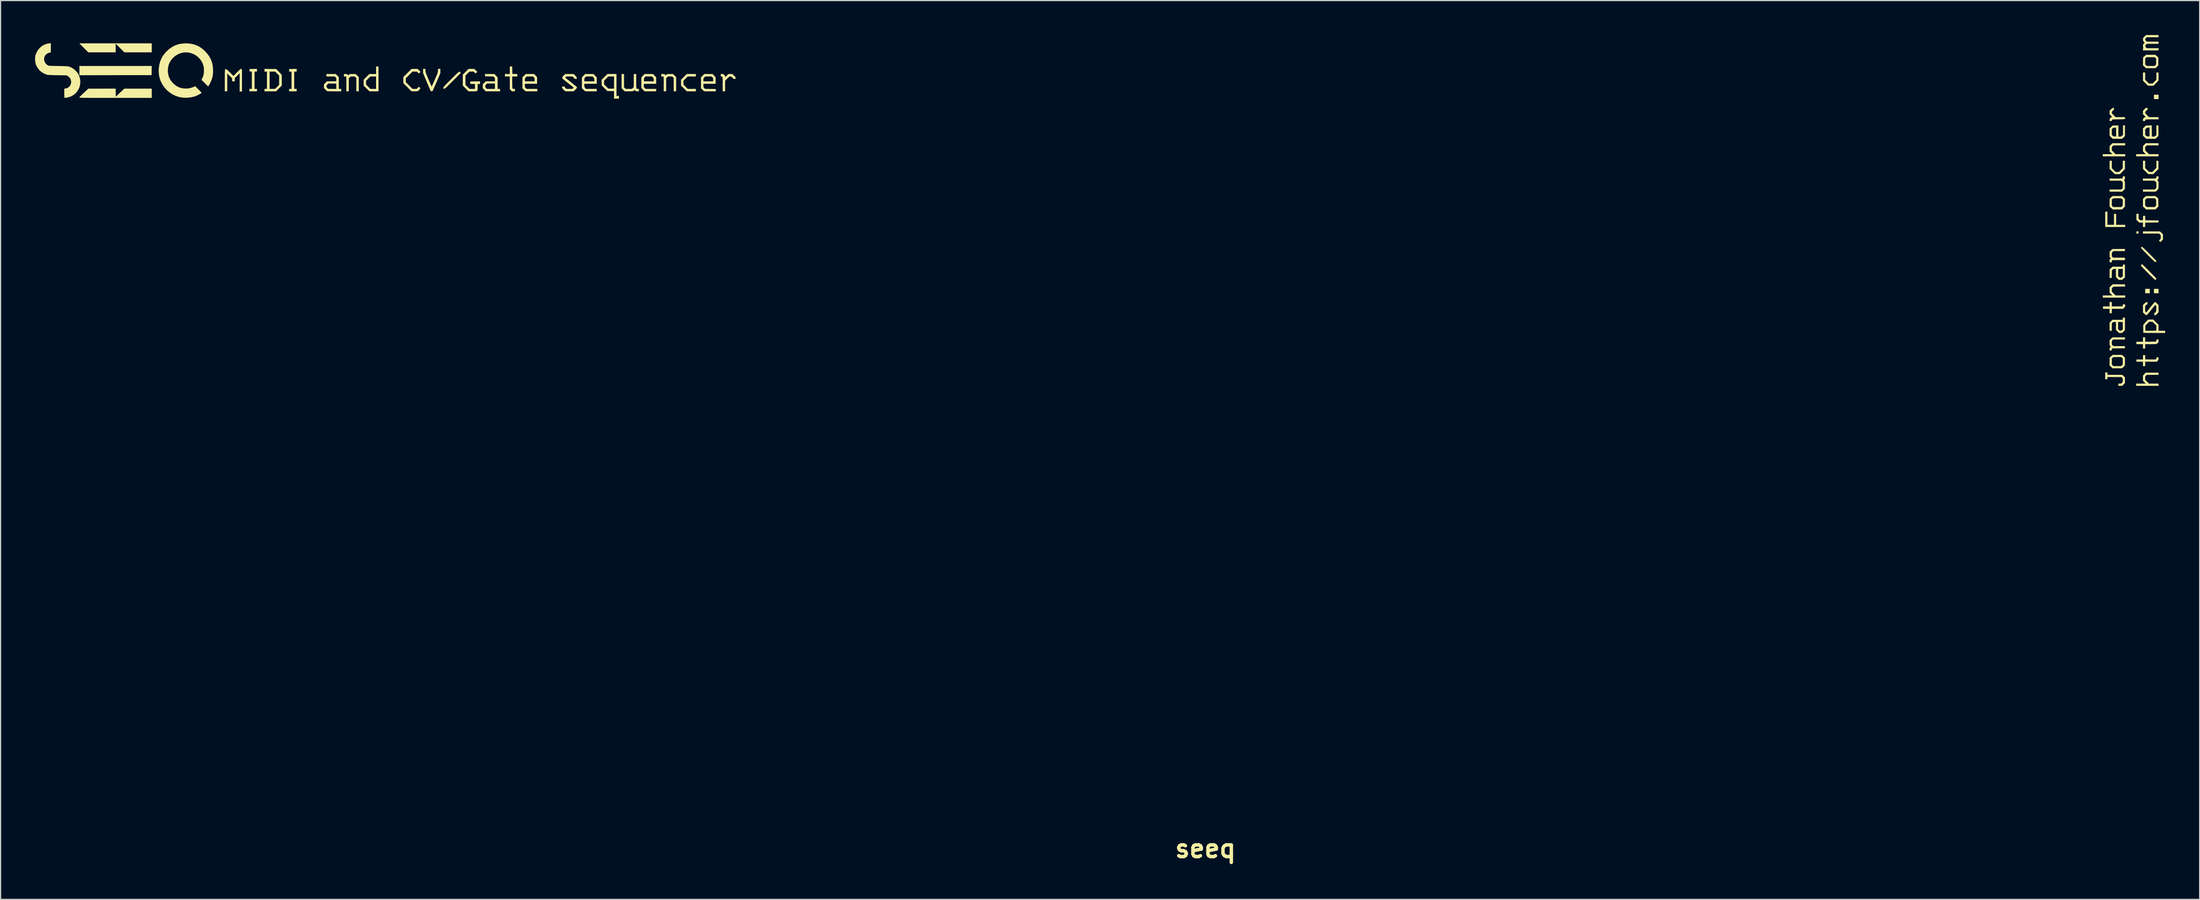
<source format=kicad_pcb>
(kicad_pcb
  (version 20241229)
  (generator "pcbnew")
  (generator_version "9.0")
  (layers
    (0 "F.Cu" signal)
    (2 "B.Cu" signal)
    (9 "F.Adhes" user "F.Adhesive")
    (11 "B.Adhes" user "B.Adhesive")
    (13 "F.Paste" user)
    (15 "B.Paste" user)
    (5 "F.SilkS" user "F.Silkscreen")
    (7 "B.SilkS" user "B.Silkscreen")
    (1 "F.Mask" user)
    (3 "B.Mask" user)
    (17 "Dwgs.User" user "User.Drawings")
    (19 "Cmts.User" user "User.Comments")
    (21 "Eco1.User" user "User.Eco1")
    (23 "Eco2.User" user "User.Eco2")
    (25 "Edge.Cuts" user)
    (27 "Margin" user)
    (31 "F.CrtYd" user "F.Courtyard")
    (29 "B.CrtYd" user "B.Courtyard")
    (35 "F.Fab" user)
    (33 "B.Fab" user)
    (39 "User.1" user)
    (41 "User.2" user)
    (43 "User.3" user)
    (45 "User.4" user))
  (footprint "seeq"
    (layer "F.Cu")
    (at 101.79 70.815)
    (property "Reference" "seeq" (at 0 0 0) (layer "F.SilkS") (effects (font (size 1.524 1.524) (thickness 0.3))))
    (attr board_only exclude_from_pos_files exclude_from_bom)
    (fp_poly (pts (xy 81.157 -53.535) (xy 80.966 -53.535) (xy 80.966 -53.726) (xy 81.157 -53.726)) (stroke (width 0) (type solid)) (fill yes) (layer "F.SilkS"))
    (fp_poly (pts (xy 82.132 -48.341) (xy 81.729 -48.341) (xy 81.729 -48.722) (xy 82.132 -48.722)) (stroke (width 0) (type solid)) (fill yes) (layer "F.SilkS"))
    (fp_poly (pts (xy 82.894 -65.239) (xy 82.492 -65.239) (xy 82.492 -65.62) (xy 82.894 -65.62)) (stroke (width 0) (type solid)) (fill yes) (layer "F.SilkS"))
    (fp_poly (pts (xy 82.894 -48.341) (xy 82.492 -48.341) (xy 82.492 -48.722) (xy 82.894 -48.722)) (stroke (width 0) (type solid)) (fill yes) (layer "F.SilkS"))
    (fp_poly (pts (xy -91.648 -67.724) (xy -91.654 -67.327) (xy -94.795 -67.322) (xy -97.935 -67.316) (xy -97.935 -68.122) (xy -91.642 -68.122)) (stroke (width 0) (type solid)) (fill yes) (layer "F.SilkS"))
    (fp_poly (pts (xy -91.643 -69.309) (xy -94.026 -69.309) (xy -94.402 -69.685) (xy -94.779 -70.062) (xy -94.779 -69.309) (xy -97.162 -69.309) (xy -97.554 -69.702) (xy -97.945 -70.094) (xy -91.643 -70.094)) (stroke (width 0) (type solid)) (fill yes) (layer "F.SilkS"))
    (fp_poly (pts (xy 78.446 -54.298) (xy 79.018 -54.298) (xy 79.018 -55.252) (xy 79.208 -55.252) (xy 79.208 -54.298) (xy 79.992 -54.298) (xy 79.992 -54.108) (xy 78.255 -54.108) (xy 78.255 -55.443) (xy 78.446 -55.443)) (stroke (width 0) (type solid)) (fill yes) (layer "F.SilkS"))
    (fp_poly (pts (xy -82.492 -67.634) (xy -82.704 -67.634) (xy -82.704 -66.129) (xy -82.492 -66.129) (xy -82.492 -65.917) (xy -83.148 -65.917) (xy -83.148 -66.129) (xy -82.937 -66.129) (xy -82.937 -67.632) (xy -83.037 -67.639) (xy -83.138 -67.645) (xy -83.138 -67.857) (xy -82.492 -67.869)) (stroke (width 0) (type solid)) (fill yes) (layer "F.SilkS"))
    (fp_poly (pts (xy -79.039 -67.634) (xy -79.251 -67.634) (xy -79.251 -66.129) (xy -79.039 -66.129) (xy -79.039 -65.917) (xy -79.695 -65.917) (xy -79.695 -66.129) (xy -79.484 -66.129) (xy -79.484 -67.634) (xy -79.698 -67.634) (xy -79.691 -67.746) (xy -79.685 -67.857) (xy -79.362 -67.863) (xy -79.039 -67.869)) (stroke (width 0) (type solid)) (fill yes) (layer "F.SilkS"))
    (fp_poly (pts (xy -44.318 -67.21) (xy -45.026 -67.21) (xy -45.212 -67.025) (xy -45.398 -66.84) (xy -45.398 -66.501) (xy -45.028 -66.129) (xy -44.318 -66.129) (xy -44.318 -65.917) (xy -45.108 -65.917) (xy -45.359 -66.165) (xy -45.61 -66.413) (xy -45.61 -66.925) (xy -45.111 -67.422) (xy -44.318 -67.422)) (stroke (width 0) (type solid)) (fill yes) (layer "F.SilkS"))
    (fp_poly (pts (xy 78.827 -59.227) (xy 79.156 -58.899) (xy 79.453 -58.899) (xy 79.616 -59.064) (xy 79.78 -59.229) (xy 79.78 -59.874) (xy 79.971 -59.874) (xy 79.971 -59.149) (xy 79.753 -58.928) (xy 79.536 -58.708) (xy 79.096 -58.708) (xy 78.866 -58.935) (xy 78.636 -59.162) (xy 78.636 -59.874) (xy 78.827 -59.874)) (stroke (width 0) (type solid)) (fill yes) (layer "F.SilkS"))
    (fp_poly (pts (xy -71.921 -65.917) (xy -72.711 -65.917) (xy -72.962 -66.165) (xy -73.213 -66.413) (xy -73.213 -66.501) (xy -73.001 -66.501) (xy -72.631 -66.129) (xy -72.133 -66.129) (xy -72.133 -67.21) (xy -72.631 -67.21) (xy -73.001 -66.838) (xy -73.001 -66.501) (xy -73.213 -66.501) (xy -73.213 -66.925) (xy -72.715 -67.422) (xy -72.133 -67.422) (xy -72.133 -68.08) (xy -71.921 -68.08)) (stroke (width 0) (type solid)) (fill yes) (layer "F.SilkS"))
    (fp_poly (pts (xy 82.794 -59.87) (xy 82.884 -59.864) (xy 82.884 -59.152) (xy 82.659 -58.93) (xy 82.435 -58.708) (xy 81.998 -58.708) (xy 81.768 -58.935) (xy 81.538 -59.162) (xy 81.538 -59.874) (xy 81.729 -59.874) (xy 81.729 -59.232) (xy 81.904 -59.066) (xy 82.079 -58.9) (xy 82.217 -58.9) (xy 82.355 -58.899) (xy 82.529 -59.075) (xy 82.704 -59.25) (xy 82.704 -59.877)) (stroke (width 0) (type solid)) (fill yes) (layer "F.SilkS"))
    (fp_poly (pts (xy 81.729 -66.923) (xy 82.058 -66.595) (xy 82.376 -66.595) (xy 82.54 -66.76) (xy 82.704 -66.925) (xy 82.704 -67.55) (xy 82.894 -67.55) (xy 82.894 -66.871) (xy 82.816 -66.781) (xy 82.764 -66.723) (xy 82.695 -66.649) (xy 82.622 -66.571) (xy 82.599 -66.548) (xy 82.461 -66.405) (xy 81.97 -66.405) (xy 81.754 -66.624) (xy 81.538 -66.844) (xy 81.538 -67.55) (xy 81.729 -67.55)) (stroke (width 0) (type solid)) (fill yes) (layer "F.SilkS"))
    (fp_poly (pts (xy 83.276 -53.481) (xy 83.276 -53.014) (xy 83.163 -52.903) (xy 83.051 -52.792) (xy 82.928 -52.921) (xy 83.007 -53.001) (xy 83.046 -53.044) (xy 83.07 -53.08) (xy 83.081 -53.123) (xy 83.085 -53.186) (xy 83.085 -53.242) (xy 83.084 -53.325) (xy 83.079 -53.378) (xy 83.064 -53.414) (xy 83.037 -53.445) (xy 83.01 -53.469) (xy 82.935 -53.535) (xy 81.538 -53.535) (xy 81.538 -53.726) (xy 83.015 -53.726)) (stroke (width 0) (type solid)) (fill yes) (layer "F.SilkS"))
    (fp_poly (pts (xy -51.224 -65.514) (xy -51.012 -65.514) (xy -51.012 -65.281) (xy -51.436 -65.281) (xy -51.436 -65.938) (xy -52.02 -65.938) (xy -52.268 -66.189) (xy -52.516 -66.44) (xy -52.516 -66.522) (xy -52.304 -66.522) (xy -51.934 -66.15) (xy -51.436 -66.15) (xy -51.436 -67.21) (xy -51.934 -67.21) (xy -52.304 -66.838) (xy -52.304 -66.522) (xy -52.516 -66.522) (xy -52.516 -66.922) (xy -52.266 -67.172) (xy -52.016 -67.422) (xy -51.224 -67.422)) (stroke (width 0) (type solid)) (fill yes) (layer "F.SilkS"))
    (fp_poly (pts (xy 78.827 -47.195) (xy 79.77 -47.206) (xy 79.78 -47.291) (xy 79.791 -47.376) (xy 79.981 -47.376) (xy 79.988 -47.274) (xy 79.989 -47.215) (xy 79.98 -47.173) (xy 79.952 -47.132) (xy 79.901 -47.078) (xy 79.901 -47.077) (xy 79.807 -46.984) (xy 78.827 -46.984) (xy 78.827 -46.602) (xy 78.636 -46.602) (xy 78.636 -46.984) (xy 78.064 -46.984) (xy 78.064 -47.196) (xy 78.636 -47.196) (xy 78.636 -47.577) (xy 78.827 -47.577)) (stroke (width 0) (type solid)) (fill yes) (layer "F.SilkS"))
    (fp_poly (pts (xy 79.992 -61.21) (xy 78.962 -61.21) (xy 78.895 -61.14) (xy 78.859 -61.1) (xy 78.838 -61.062) (xy 78.829 -61.013) (xy 78.827 -60.938) (xy 78.827 -60.922) (xy 78.827 -60.775) (xy 79.156 -60.447) (xy 79.992 -60.447) (xy 79.992 -60.256) (xy 78.043 -60.256) (xy 78.043 -60.447) (xy 78.878 -60.447) (xy 78.757 -60.569) (xy 78.636 -60.692) (xy 78.636 -61.15) (xy 78.756 -61.275) (xy 78.876 -61.401) (xy 79.992 -61.401)) (stroke (width 0) (type solid)) (fill yes) (layer "F.SilkS"))
    (fp_poly (pts (xy 82.894 -61.21) (xy 81.865 -61.21) (xy 81.797 -61.14) (xy 81.761 -61.1) (xy 81.74 -61.062) (xy 81.731 -61.013) (xy 81.729 -60.938) (xy 81.729 -60.922) (xy 81.729 -60.775) (xy 82.058 -60.447) (xy 82.894 -60.447) (xy 82.894 -60.256) (xy 80.945 -60.256) (xy 80.945 -60.447) (xy 81.778 -60.447) (xy 81.658 -60.573) (xy 81.538 -60.698) (xy 81.538 -61.15) (xy 81.658 -61.275) (xy 81.778 -61.401) (xy 82.894 -61.401)) (stroke (width 0) (type solid)) (fill yes) (layer "F.SilkS"))
    (fp_poly (pts (xy 82.894 -41.238) (xy 81.865 -41.238) (xy 81.797 -41.168) (xy 81.761 -41.127) (xy 81.74 -41.09) (xy 81.731 -41.041) (xy 81.729 -40.966) (xy 81.729 -40.95) (xy 81.729 -40.802) (xy 82.058 -40.475) (xy 82.894 -40.475) (xy 82.894 -40.284) (xy 80.945 -40.284) (xy 80.945 -40.475) (xy 81.778 -40.475) (xy 81.658 -40.6) (xy 81.538 -40.726) (xy 81.538 -41.172) (xy 81.657 -41.3) (xy 81.776 -41.429) (xy 82.894 -41.429)) (stroke (width 0) (type solid)) (fill yes) (layer "F.SilkS"))
    (fp_poly (pts (xy -81.325 -67.863) (xy -80.814 -67.857) (xy -80.333 -67.348) (xy -80.331 -66.419) (xy -80.579 -66.168) (xy -80.827 -65.917) (xy -81.835 -65.917) (xy -81.835 -66.129) (xy -81.623 -66.129) (xy -81.39 -66.129) (xy -80.914 -66.129) (xy -80.739 -66.303) (xy -80.564 -66.478) (xy -80.564 -67.284) (xy -80.738 -67.459) (xy -80.913 -67.634) (xy -81.39 -67.634) (xy -81.39 -66.129) (xy -81.623 -66.129) (xy -81.623 -67.634) (xy -81.835 -67.634) (xy -81.835 -67.87)) (stroke (width 0) (type solid)) (fill yes) (layer "F.SilkS"))
    (fp_poly (pts (xy 79.445 -49.12) (xy 79.981 -49.114) (xy 79.981 -48.924) (xy 78.966 -48.912) (xy 78.896 -48.845) (xy 78.86 -48.806) (xy 78.839 -48.771) (xy 78.829 -48.725) (xy 78.827 -48.654) (xy 78.827 -48.627) (xy 78.827 -48.477) (xy 79.156 -48.15) (xy 79.992 -48.15) (xy 79.992 -47.959) (xy 78.043 -47.959) (xy 78.043 -48.15) (xy 78.878 -48.15) (xy 78.757 -48.272) (xy 78.636 -48.395) (xy 78.636 -48.864) (xy 78.772 -48.995) (xy 78.909 -49.126)) (stroke (width 0) (type solid)) (fill yes) (layer "F.SilkS"))
    (fp_poly (pts (xy 79.845 -42.857) (xy 79.971 -42.737) (xy 79.971 -42.058) (xy 79.847 -41.934) (xy 79.723 -41.81) (xy 78.893 -41.81) (xy 78.765 -41.929) (xy 78.636 -42.048) (xy 78.636 -42.141) (xy 78.827 -42.141) (xy 78.895 -42.071) (xy 78.962 -42.001) (xy 79.64 -42.001) (xy 79.71 -42.069) (xy 79.78 -42.137) (xy 79.78 -42.646) (xy 79.712 -42.716) (xy 79.645 -42.786) (xy 79.305 -42.785) (xy 78.965 -42.784) (xy 78.896 -42.722) (xy 78.827 -42.659) (xy 78.827 -42.141) (xy 78.636 -42.141) (xy 78.636 -42.74) (xy 78.898 -42.976) (xy 79.72 -42.976)) (stroke (width 0) (type solid)) (fill yes) (layer "F.SilkS"))
    (fp_poly (pts (xy 81.729 -44.121) (xy 82.211 -44.126) (xy 82.693 -44.132) (xy 82.7 -44.222) (xy 82.706 -44.312) (xy 82.894 -44.312) (xy 82.894 -44.204) (xy 82.888 -44.125) (xy 82.866 -44.067) (xy 82.839 -44.029) (xy 82.807 -43.993) (xy 82.777 -43.965) (xy 82.742 -43.944) (xy 82.697 -43.929) (xy 82.636 -43.92) (xy 82.552 -43.914) (xy 82.441 -43.911) (xy 82.297 -43.91) (xy 82.211 -43.91) (xy 81.729 -43.909) (xy 81.729 -43.528) (xy 81.538 -43.528) (xy 81.538 -43.909) (xy 80.966 -43.909) (xy 80.966 -44.121) (xy 81.538 -44.121) (xy 81.538 -44.503) (xy 81.729 -44.503)) (stroke (width 0) (type solid)) (fill yes) (layer "F.SilkS"))
    (fp_poly (pts (xy -68.397 -67.742) (xy -68.266 -67.616) (xy -68.34 -67.54) (xy -68.413 -67.464) (xy -68.499 -67.549) (xy -68.586 -67.634) (xy -68.966 -67.634) (xy -69.257 -67.343) (xy -69.548 -67.051) (xy -69.548 -66.712) (xy -69.257 -66.42) (xy -68.965 -66.129) (xy -68.607 -66.129) (xy -68.413 -66.32) (xy -68.342 -66.247) (xy -68.271 -66.174) (xy -68.361 -66.066) (xy -68.414 -66.007) (xy -68.461 -65.96) (xy -68.49 -65.938) (xy -68.525 -65.93) (xy -68.593 -65.923) (xy -68.684 -65.919) (xy -68.788 -65.917) (xy -69.051 -65.917) (xy -69.405 -66.272) (xy -69.76 -66.628) (xy -69.76 -67.159) (xy -69.047 -67.868) (xy -68.527 -67.868)) (stroke (width 0) (type solid)) (fill yes) (layer "F.SilkS"))
    (fp_poly (pts (xy -60.286 -67.756) (xy -60.28 -67.433) (xy -60.063 -67.427) (xy -59.846 -67.421) (xy -59.846 -67.21) (xy -60.291 -67.21) (xy -60.291 -66.711) (xy -60.29 -66.545) (xy -60.287 -66.404) (xy -60.283 -66.292) (xy -60.277 -66.213) (xy -60.27 -66.173) (xy -60.269 -66.17) (xy -60.241 -66.142) (xy -60.191 -66.13) (xy -60.152 -66.129) (xy -60.058 -66.129) (xy -60.058 -65.917) (xy -60.191 -65.917) (xy -60.266 -65.919) (xy -60.315 -65.928) (xy -60.355 -65.953) (xy -60.404 -65.998) (xy -60.413 -66.008) (xy -60.502 -66.099) (xy -60.502 -67.21) (xy -60.926 -67.21) (xy -60.926 -67.422) (xy -60.502 -67.422) (xy -60.502 -68.08) (xy -60.292 -68.08)) (stroke (width 0) (type solid)) (fill yes) (layer "F.SilkS"))
    (fp_poly (pts (xy 78.446 -41.238) (xy 79.74 -41.238) (xy 79.856 -41.129) (xy 79.971 -41.02) (xy 79.97 -40.774) (xy 79.97 -40.528) (xy 79.856 -40.406) (xy 79.741 -40.284) (xy 79.399 -40.284) (xy 79.399 -40.475) (xy 79.522 -40.475) (xy 79.595 -40.477) (xy 79.644 -40.489) (xy 79.684 -40.516) (xy 79.712 -40.545) (xy 79.747 -40.583) (xy 79.768 -40.619) (xy 79.777 -40.665) (xy 79.78 -40.735) (xy 79.78 -40.774) (xy 79.779 -40.857) (xy 79.773 -40.911) (xy 79.758 -40.948) (xy 79.731 -40.98) (xy 79.721 -40.99) (xy 79.661 -41.047) (xy 78.446 -41.047) (xy 78.446 -40.856) (xy 78.255 -40.856) (xy 78.255 -41.45) (xy 78.446 -41.45)) (stroke (width 0) (type solid)) (fill yes) (layer "F.SilkS"))
    (fp_poly (pts (xy 81.157 -55.034) (xy 81.158 -54.935) (xy 81.161 -54.869) (xy 81.168 -54.825) (xy 81.183 -54.795) (xy 81.206 -54.769) (xy 81.217 -54.758) (xy 81.257 -54.725) (xy 81.3 -54.708) (xy 81.362 -54.702) (xy 81.406 -54.701) (xy 81.537 -54.701) (xy 81.543 -54.887) (xy 81.549 -55.072) (xy 81.727 -55.085) (xy 81.734 -54.888) (xy 81.74 -54.691) (xy 82.318 -54.685) (xy 82.897 -54.679) (xy 82.89 -54.59) (xy 82.884 -54.5) (xy 82.306 -54.494) (xy 81.729 -54.488) (xy 81.729 -54.108) (xy 81.538 -54.108) (xy 81.538 -54.489) (xy 81.218 -54.489) (xy 81.092 -54.609) (xy 80.966 -54.729) (xy 80.966 -55.252) (xy 81.157 -55.252)) (stroke (width 0) (type solid)) (fill yes) (layer "F.SilkS"))
    (fp_poly (pts (xy 81.734 -42.77) (xy 81.74 -42.584) (xy 82.192 -42.578) (xy 82.364 -42.577) (xy 82.496 -42.578) (xy 82.591 -42.582) (xy 82.65 -42.589) (xy 82.674 -42.597) (xy 82.695 -42.634) (xy 82.704 -42.689) (xy 82.704 -42.693) (xy 82.706 -42.737) (xy 82.72 -42.758) (xy 82.758 -42.764) (xy 82.799 -42.764) (xy 82.894 -42.764) (xy 82.894 -42.658) (xy 82.89 -42.589) (xy 82.872 -42.538) (xy 82.832 -42.484) (xy 82.818 -42.468) (xy 82.741 -42.383) (xy 81.729 -42.383) (xy 81.729 -42.001) (xy 81.538 -42.001) (xy 81.538 -42.383) (xy 80.966 -42.383) (xy 80.966 -42.574) (xy 81.538 -42.574) (xy 81.538 -42.955) (xy 81.727 -42.955)) (stroke (width 0) (type solid)) (fill yes) (layer "F.SilkS"))
    (fp_poly (pts (xy -83.853 -67.846) (xy -83.795 -67.813) (xy -83.795 -65.906) (xy -83.895 -65.9) (xy -83.996 -65.894) (xy -83.996 -67.497) (xy -84.42 -67.068) (xy -84.42 -66.786) (xy -84.653 -66.786) (xy -84.653 -67.052) (xy -84.864 -67.263) (xy -85.076 -67.475) (xy -85.076 -65.917) (xy -85.288 -65.917) (xy -85.288 -66.856) (xy -85.288 -67.097) (xy -85.287 -67.298) (xy -85.285 -67.462) (xy -85.283 -67.592) (xy -85.279 -67.69) (xy -85.275 -67.759) (xy -85.27 -67.801) (xy -85.263 -67.821) (xy -85.263 -67.821) (xy -85.234 -67.843) (xy -85.202 -67.849) (xy -85.163 -67.838) (xy -85.112 -67.807) (xy -85.045 -67.752) (xy -84.959 -67.672) (xy -84.848 -67.564) (xy -84.834 -67.55) (xy -84.536 -67.254) (xy -83.911 -67.878)) (stroke (width 0) (type solid)) (fill yes) (layer "F.SilkS"))
    (fp_poly (pts (xy -61.703 -67.276) (xy -61.562 -67.13) (xy -61.562 -66.129) (xy -61.35 -66.129) (xy -61.35 -65.917) (xy -62.596 -65.917) (xy -62.725 -66.058) (xy -62.854 -66.199) (xy -62.854 -66.358) (xy -62.644 -66.358) (xy -62.623 -66.277) (xy -62.577 -66.208) (xy -62.512 -66.129) (xy -61.795 -66.129) (xy -61.795 -66.595) (xy -62.481 -66.595) (xy -62.562 -66.517) (xy -62.624 -66.437) (xy -62.644 -66.358) (xy -62.854 -66.358) (xy -62.854 -66.523) (xy -62.588 -66.786) (xy -61.795 -66.786) (xy -61.795 -66.931) (xy -61.796 -67.009) (xy -61.804 -67.06) (xy -61.823 -67.097) (xy -61.857 -67.135) (xy -61.864 -67.142) (xy -61.933 -67.209) (xy -62.653 -67.221) (xy -62.659 -67.322) (xy -62.666 -67.422) (xy -61.844 -67.422)) (stroke (width 0) (type solid)) (fill yes) (layer "F.SilkS"))
    (fp_poly (pts (xy 82.306 -62.468) (xy 82.312 -61.984) (xy 82.432 -61.978) (xy 82.504 -61.977) (xy 82.553 -61.986) (xy 82.597 -62.013) (xy 82.628 -62.038) (xy 82.704 -62.105) (xy 82.704 -62.951) (xy 82.884 -62.938) (xy 82.884 -62.035) (xy 82.623 -61.783) (xy 81.82 -61.783) (xy 81.538 -62.048) (xy 81.538 -62.134) (xy 81.729 -62.134) (xy 81.797 -62.065) (xy 81.84 -62.024) (xy 81.881 -62.003) (xy 81.937 -61.996) (xy 81.987 -61.995) (xy 82.11 -61.995) (xy 82.11 -62.758) (xy 82 -62.758) (xy 81.93 -62.754) (xy 81.88 -62.738) (xy 81.832 -62.701) (xy 81.809 -62.679) (xy 81.729 -62.601) (xy 81.729 -62.134) (xy 81.538 -62.134) (xy 81.538 -62.685) (xy 81.794 -62.938) (xy 82.047 -62.945) (xy 82.3 -62.952)) (stroke (width 0) (type solid)) (fill yes) (layer "F.SilkS"))
    (fp_poly (pts (xy -91.643 -65.345) (xy -94.789 -65.345) (xy -95.216 -65.345) (xy -95.602 -65.345) (xy -95.949 -65.345) (xy -96.26 -65.345) (xy -96.537 -65.345) (xy -96.782 -65.346) (xy -96.996 -65.346) (xy -97.182 -65.347) (xy -97.342 -65.348) (xy -97.477 -65.349) (xy -97.59 -65.351) (xy -97.683 -65.353) (xy -97.757 -65.355) (xy -97.815 -65.357) (xy -97.859 -65.36) (xy -97.891 -65.364) (xy -97.912 -65.367) (xy -97.925 -65.371) (xy -97.932 -65.376) (xy -97.935 -65.381) (xy -97.935 -65.386) (xy -97.919 -65.415) (xy -97.873 -65.47) (xy -97.797 -65.549) (xy -97.693 -65.651) (xy -97.563 -65.775) (xy -97.548 -65.788) (xy -97.162 -66.149) (xy -94.78 -66.15) (xy -94.774 -65.803) (xy -94.768 -65.455) (xy -94.397 -65.802) (xy -94.027 -66.149) (xy -91.643 -66.15)) (stroke (width 0) (type solid)) (fill yes) (layer "F.SilkS"))
    (fp_poly (pts (xy 81.475 -52.376) (xy 81.523 -52.334) (xy 81.593 -52.27) (xy 81.68 -52.187) (xy 81.781 -52.09) (xy 81.892 -51.981) (xy 82.01 -51.865) (xy 82.129 -51.745) (xy 82.247 -51.626) (xy 82.359 -51.512) (xy 82.462 -51.406) (xy 82.551 -51.313) (xy 82.624 -51.235) (xy 82.675 -51.178) (xy 82.701 -51.144) (xy 82.704 -51.138) (xy 82.685 -51.089) (xy 82.638 -51.058) (xy 82.609 -51.054) (xy 82.581 -51.07) (xy 82.524 -51.116) (xy 82.439 -51.193) (xy 82.326 -51.3) (xy 82.184 -51.438) (xy 82.016 -51.605) (xy 81.967 -51.654) (xy 81.794 -51.828) (xy 81.65 -51.975) (xy 81.536 -52.096) (xy 81.45 -52.189) (xy 81.395 -52.254) (xy 81.37 -52.29) (xy 81.369 -52.296) (xy 81.386 -52.352) (xy 81.427 -52.386) (xy 81.453 -52.39)) (stroke (width 0) (type solid)) (fill yes) (layer "F.SilkS"))
    (fp_poly (pts (xy -63.461 -67.742) (xy -63.331 -67.616) (xy -63.477 -67.464) (xy -63.563 -67.549) (xy -63.65 -67.634) (xy -64.009 -67.634) (xy -64.184 -67.459) (xy -64.358 -67.284) (xy -64.358 -66.476) (xy -64.18 -66.302) (xy -64.003 -66.129) (xy -63.532 -66.129) (xy -63.532 -66.552) (xy -63.738 -66.558) (xy -63.945 -66.564) (xy -63.945 -66.776) (xy -63.516 -66.781) (xy -63.087 -66.787) (xy -63.087 -66.553) (xy -63.299 -66.553) (xy -63.299 -66.282) (xy -63.299 -66.159) (xy -63.302 -66.067) (xy -63.313 -66.002) (xy -63.339 -65.959) (xy -63.384 -65.934) (xy -63.454 -65.921) (xy -63.554 -65.917) (xy -63.689 -65.917) (xy -63.73 -65.917) (xy -64.095 -65.917) (xy -64.343 -66.168) (xy -64.591 -66.419) (xy -64.591 -67.367) (xy -64.341 -67.618) (xy -64.091 -67.868) (xy -63.591 -67.868)) (stroke (width 0) (type solid)) (fill yes) (layer "F.SilkS"))
    (fp_poly (pts (xy 79.399 -61.973) (xy 79.522 -61.973) (xy 79.594 -61.976) (xy 79.643 -61.988) (xy 79.684 -62.016) (xy 79.723 -62.054) (xy 79.801 -62.134) (xy 79.801 -62.949) (xy 79.971 -62.949) (xy 79.971 -62.022) (xy 79.845 -61.902) (xy 79.72 -61.783) (xy 78.908 -61.783) (xy 78.772 -61.913) (xy 78.636 -62.044) (xy 78.636 -62.134) (xy 78.827 -62.134) (xy 78.895 -62.065) (xy 78.938 -62.024) (xy 78.979 -62.003) (xy 79.034 -61.996) (xy 79.086 -61.995) (xy 79.209 -61.995) (xy 79.203 -62.371) (xy 79.198 -62.747) (xy 79.088 -62.754) (xy 79.018 -62.754) (xy 78.969 -62.741) (xy 78.92 -62.708) (xy 78.903 -62.693) (xy 78.827 -62.626) (xy 78.827 -62.134) (xy 78.636 -62.134) (xy 78.636 -62.685) (xy 78.892 -62.938) (xy 79.145 -62.945) (xy 79.399 -62.952)) (stroke (width 0) (type solid)) (fill yes) (layer "F.SilkS"))
    (fp_poly (pts (xy 79.971 -44.312) (xy 78.941 -44.312) (xy 78.884 -44.253) (xy 78.854 -44.218) (xy 78.837 -44.181) (xy 78.829 -44.13) (xy 78.827 -44.051) (xy 78.827 -44.034) (xy 78.828 -43.952) (xy 78.834 -43.898) (xy 78.849 -43.861) (xy 78.877 -43.827) (xy 78.897 -43.807) (xy 78.967 -43.74) (xy 79.971 -43.74) (xy 79.971 -43.55) (xy 79.404 -43.544) (xy 78.837 -43.538) (xy 78.831 -43.448) (xy 78.824 -43.358) (xy 78.636 -43.358) (xy 78.636 -43.471) (xy 78.64 -43.545) (xy 78.656 -43.593) (xy 78.688 -43.633) (xy 78.688 -43.633) (xy 78.741 -43.682) (xy 78.688 -43.744) (xy 78.665 -43.775) (xy 78.65 -43.808) (xy 78.641 -43.852) (xy 78.637 -43.917) (xy 78.636 -44.013) (xy 78.636 -44.034) (xy 78.636 -44.261) (xy 78.881 -44.503) (xy 79.971 -44.503)) (stroke (width 0) (type solid)) (fill yes) (layer "F.SilkS"))
    (fp_poly (pts (xy 82.629 -56.8) (xy 82.751 -56.688) (xy 82.873 -56.575) (xy 82.873 -55.882) (xy 82.749 -55.758) (xy 82.626 -55.634) (xy 81.81 -55.634) (xy 81.674 -55.765) (xy 81.538 -55.895) (xy 81.538 -55.966) (xy 81.729 -55.966) (xy 81.798 -55.907) (xy 81.867 -55.848) (xy 82.564 -55.846) (xy 82.623 -55.903) (xy 82.648 -55.928) (xy 82.664 -55.953) (xy 82.675 -55.985) (xy 82.68 -56.035) (xy 82.682 -56.109) (xy 82.682 -56.217) (xy 82.682 -56.225) (xy 82.682 -56.336) (xy 82.68 -56.412) (xy 82.675 -56.464) (xy 82.665 -56.498) (xy 82.648 -56.524) (xy 82.625 -56.55) (xy 82.569 -56.609) (xy 81.869 -56.609) (xy 81.799 -56.542) (xy 81.729 -56.474) (xy 81.729 -55.966) (xy 81.538 -55.966) (xy 81.538 -56.563) (xy 81.669 -56.682) (xy 81.8 -56.8)) (stroke (width 0) (type solid)) (fill yes) (layer "F.SilkS"))
    (fp_poly (pts (xy -64.858 -67.628) (xy -64.838 -67.616) (xy -64.82 -67.594) (xy -64.804 -67.566) (xy -64.771 -67.507) (xy -65.459 -66.818) (xy -65.627 -66.651) (xy -65.767 -66.512) (xy -65.883 -66.398) (xy -65.977 -66.308) (xy -66.053 -66.239) (xy -66.112 -66.19) (xy -66.157 -66.157) (xy -66.191 -66.139) (xy -66.218 -66.133) (xy -66.238 -66.138) (xy -66.256 -66.15) (xy -66.26 -66.154) (xy -66.277 -66.174) (xy -66.287 -66.195) (xy -66.288 -66.219) (xy -66.276 -66.25) (xy -66.252 -66.291) (xy -66.211 -66.343) (xy -66.152 -66.411) (xy -66.073 -66.495) (xy -65.971 -66.601) (xy -65.844 -66.729) (xy -65.691 -66.883) (xy -65.611 -66.963) (xy -65.444 -67.13) (xy -65.304 -67.269) (xy -65.189 -67.382) (xy -65.095 -67.471) (xy -65.02 -67.538) (xy -64.962 -67.586) (xy -64.917 -67.615) (xy -64.884 -67.629)) (stroke (width 0) (type solid)) (fill yes) (layer "F.SilkS"))
    (fp_poly (pts (xy -58.26 -67.286) (xy -58.13 -67.15) (xy -58.13 -66.574) (xy -59.189 -66.574) (xy -59.189 -66.419) (xy -59.188 -66.338) (xy -59.181 -66.285) (xy -59.165 -66.248) (xy -59.136 -66.213) (xy -59.119 -66.197) (xy -59.049 -66.129) (xy -58.109 -66.129) (xy -58.109 -65.917) (xy -59.129 -65.917) (xy -59.265 -66.048) (xy -59.401 -66.178) (xy -59.401 -66.786) (xy -59.189 -66.786) (xy -58.342 -66.786) (xy -58.342 -66.928) (xy -58.343 -67.007) (xy -58.352 -67.059) (xy -58.372 -67.098) (xy -58.408 -67.139) (xy -58.409 -67.14) (xy -58.477 -67.21) (xy -59.028 -67.21) (xy -59.109 -67.132) (xy -59.153 -67.086) (xy -59.177 -67.046) (xy -59.187 -66.998) (xy -59.189 -66.924) (xy -59.189 -66.92) (xy -59.189 -66.786) (xy -59.401 -66.786) (xy -59.401 -67.137) (xy -59.114 -67.422) (xy -58.391 -67.422)) (stroke (width 0) (type solid)) (fill yes) (layer "F.SilkS"))
    (fp_poly (pts (xy -53.081 -67.276) (xy -52.94 -67.13) (xy -52.94 -66.574) (xy -54.02 -66.574) (xy -54.02 -66.435) (xy -54.018 -66.355) (xy -54.007 -66.3) (xy -53.984 -66.254) (xy -53.953 -66.213) (xy -53.886 -66.129) (xy -52.94 -66.129) (xy -52.94 -65.917) (xy -53.443 -65.917) (xy -53.946 -65.917) (xy -54.089 -66.05) (xy -54.232 -66.184) (xy -54.232 -66.786) (xy -54.02 -66.786) (xy -53.151 -66.786) (xy -53.151 -66.918) (xy -53.153 -66.993) (xy -53.164 -67.043) (xy -53.188 -67.084) (xy -53.23 -67.13) (xy -53.308 -67.21) (xy -53.859 -67.21) (xy -53.94 -67.132) (xy -53.984 -67.086) (xy -54.008 -67.046) (xy -54.018 -66.998) (xy -54.02 -66.924) (xy -54.02 -66.92) (xy -54.02 -66.786) (xy -54.232 -66.786) (xy -54.232 -67.13) (xy -54.091 -67.276) (xy -53.95 -67.422) (xy -53.222 -67.422)) (stroke (width 0) (type solid)) (fill yes) (layer "F.SilkS"))
    (fp_poly (pts (xy 79.971 -49.722) (xy 79.85 -49.614) (xy 79.729 -49.507) (xy 79.426 -49.507) (xy 79.307 -49.632) (xy 79.187 -49.758) (xy 79.187 -49.839) (xy 79.376 -49.839) (xy 79.445 -49.768) (xy 79.522 -49.711) (xy 79.601 -49.696) (xy 79.68 -49.722) (xy 79.721 -49.754) (xy 79.78 -49.811) (xy 79.78 -50.462) (xy 79.584 -50.456) (xy 79.388 -50.45) (xy 79.376 -49.839) (xy 79.187 -49.839) (xy 79.187 -50.461) (xy 79.075 -50.461) (xy 79.003 -50.457) (xy 78.955 -50.442) (xy 78.912 -50.408) (xy 78.895 -50.391) (xy 78.827 -50.321) (xy 78.827 -49.676) (xy 78.636 -49.676) (xy 78.636 -50.412) (xy 78.762 -50.532) (xy 78.887 -50.652) (xy 79.778 -50.652) (xy 79.784 -50.742) (xy 79.79 -50.798) (xy 79.806 -50.825) (xy 79.845 -50.835) (xy 79.881 -50.838) (xy 79.971 -50.845)) (stroke (width 0) (type solid)) (fill yes) (layer "F.SilkS"))
    (fp_poly (pts (xy 79.971 -45.124) (xy 79.72 -44.885) (xy 79.448 -44.885) (xy 79.317 -45.021) (xy 79.187 -45.157) (xy 79.187 -45.215) (xy 79.378 -45.215) (xy 79.445 -45.145) (xy 79.517 -45.091) (xy 79.59 -45.077) (xy 79.667 -45.105) (xy 79.707 -45.134) (xy 79.78 -45.192) (xy 79.78 -45.515) (xy 79.78 -45.839) (xy 79.378 -45.839) (xy 79.378 -45.215) (xy 79.187 -45.215) (xy 79.187 -45.839) (xy 79.064 -45.839) (xy 78.989 -45.836) (xy 78.941 -45.824) (xy 78.902 -45.798) (xy 78.884 -45.779) (xy 78.862 -45.755) (xy 78.847 -45.732) (xy 78.837 -45.701) (xy 78.831 -45.655) (xy 78.828 -45.587) (xy 78.827 -45.49) (xy 78.827 -45.398) (xy 78.827 -45.075) (xy 78.636 -45.075) (xy 78.636 -45.787) (xy 78.881 -46.03) (xy 79.78 -46.03) (xy 79.78 -46.22) (xy 79.971 -46.22)) (stroke (width 0) (type solid)) (fill yes) (layer "F.SilkS"))
    (fp_poly (pts (xy -47.908 -67.279) (xy -47.772 -67.136) (xy -47.771 -66.856) (xy -47.771 -66.575) (xy -48.306 -66.569) (xy -48.84 -66.564) (xy -48.847 -66.428) (xy -48.849 -66.353) (xy -48.843 -66.304) (xy -48.823 -66.266) (xy -48.785 -66.222) (xy -48.774 -66.211) (xy -48.694 -66.129) (xy -47.771 -66.129) (xy -47.771 -65.917) (xy -48.778 -65.917) (xy -48.92 -66.061) (xy -49.063 -66.204) (xy -49.063 -66.786) (xy -48.83 -66.786) (xy -47.982 -66.786) (xy -47.982 -66.918) (xy -47.984 -66.993) (xy -47.995 -67.043) (xy -48.019 -67.084) (xy -48.061 -67.13) (xy -48.139 -67.21) (xy -48.698 -67.21) (xy -48.764 -67.135) (xy -48.801 -67.089) (xy -48.821 -67.045) (xy -48.829 -66.989) (xy -48.83 -66.923) (xy -48.83 -66.786) (xy -49.063 -66.786) (xy -49.063 -67.125) (xy -48.923 -67.274) (xy -48.782 -67.422) (xy -48.043 -67.422)) (stroke (width 0) (type solid)) (fill yes) (layer "F.SilkS"))
    (fp_poly (pts (xy -42.731 -67.281) (xy -42.602 -67.141) (xy -42.602 -66.574) (xy -43.661 -66.574) (xy -43.661 -66.419) (xy -43.66 -66.338) (xy -43.653 -66.285) (xy -43.637 -66.248) (xy -43.608 -66.213) (xy -43.591 -66.197) (xy -43.522 -66.13) (xy -42.591 -66.118) (xy -42.585 -66.018) (xy -42.578 -65.917) (xy -43.601 -65.917) (xy -43.737 -66.048) (xy -43.873 -66.178) (xy -43.873 -66.786) (xy -43.661 -66.786) (xy -42.814 -66.786) (xy -42.814 -66.928) (xy -42.815 -67.007) (xy -42.824 -67.059) (xy -42.844 -67.098) (xy -42.88 -67.139) (xy -42.881 -67.14) (xy -42.949 -67.21) (xy -43.5 -67.21) (xy -43.581 -67.132) (xy -43.625 -67.086) (xy -43.649 -67.046) (xy -43.659 -66.998) (xy -43.661 -66.924) (xy -43.661 -66.92) (xy -43.661 -66.786) (xy -43.873 -66.786) (xy -43.873 -67.137) (xy -43.586 -67.422) (xy -42.86 -67.422)) (stroke (width 0) (type solid)) (fill yes) (layer "F.SilkS"))
    (fp_poly (pts (xy 82.873 -68.858) (xy 82.873 -68.176) (xy 82.752 -68.054) (xy 82.631 -67.931) (xy 82.217 -67.932) (xy 81.803 -67.932) (xy 81.67 -68.056) (xy 81.537 -68.181) (xy 81.539 -68.262) (xy 81.729 -68.262) (xy 81.797 -68.192) (xy 81.865 -68.122) (xy 82.543 -68.122) (xy 82.613 -68.19) (xy 82.682 -68.258) (xy 82.682 -68.793) (xy 82.62 -68.839) (xy 82.594 -68.856) (xy 82.566 -68.868) (xy 82.527 -68.877) (xy 82.472 -68.882) (xy 82.393 -68.884) (xy 82.283 -68.885) (xy 82.2 -68.885) (xy 81.843 -68.885) (xy 81.786 -68.826) (xy 81.762 -68.799) (xy 81.746 -68.772) (xy 81.736 -68.735) (xy 81.731 -68.681) (xy 81.729 -68.601) (xy 81.729 -68.514) (xy 81.729 -68.262) (xy 81.539 -68.262) (xy 81.543 -68.526) (xy 81.549 -68.872) (xy 81.682 -68.985) (xy 81.814 -69.097) (xy 82.622 -69.097)) (stroke (width 0) (type solid)) (fill yes) (layer "F.SilkS"))
    (fp_poly (pts (xy -50.567 -66.265) (xy -50.497 -66.197) (xy -50.427 -66.129) (xy -49.876 -66.129) (xy -49.798 -66.209) (xy -49.72 -66.29) (xy -49.72 -67.422) (xy -49.508 -67.422) (xy -49.508 -66.801) (xy -49.507 -66.606) (xy -49.506 -66.45) (xy -49.503 -66.33) (xy -49.498 -66.244) (xy -49.492 -66.187) (xy -49.485 -66.158) (xy -49.482 -66.154) (xy -49.446 -66.139) (xy -49.387 -66.13) (xy -49.366 -66.129) (xy -49.275 -66.129) (xy -49.275 -65.917) (xy -49.406 -65.917) (xy -49.484 -65.92) (xy -49.535 -65.931) (xy -49.575 -65.955) (xy -49.595 -65.972) (xy -49.653 -66.028) (xy -49.725 -65.972) (xy -49.753 -65.952) (xy -49.78 -65.938) (xy -49.813 -65.928) (xy -49.86 -65.922) (xy -49.928 -65.918) (xy -50.024 -65.917) (xy -50.154 -65.917) (xy -50.51 -65.917) (xy -50.645 -66.051) (xy -50.779 -66.186) (xy -50.779 -67.422) (xy -50.567 -67.422)) (stroke (width 0) (type solid)) (fill yes) (layer "F.SilkS"))
    (fp_poly (pts (xy 81.488 -50.849) (xy 81.534 -50.808) (xy 81.601 -50.744) (xy 81.687 -50.661) (xy 81.786 -50.563) (xy 81.895 -50.454) (xy 82.011 -50.337) (xy 82.129 -50.218) (xy 82.246 -50.099) (xy 82.357 -49.985) (xy 82.46 -49.879) (xy 82.549 -49.785) (xy 82.621 -49.708) (xy 82.673 -49.651) (xy 82.7 -49.617) (xy 82.704 -49.611) (xy 82.687 -49.568) (xy 82.647 -49.528) (xy 82.602 -49.507) (xy 82.597 -49.507) (xy 82.576 -49.521) (xy 82.528 -49.563) (xy 82.458 -49.628) (xy 82.368 -49.713) (xy 82.261 -49.816) (xy 82.141 -49.934) (xy 82.012 -50.062) (xy 81.968 -50.105) (xy 81.814 -50.26) (xy 81.687 -50.388) (xy 81.586 -50.492) (xy 81.508 -50.574) (xy 81.449 -50.638) (xy 81.409 -50.687) (xy 81.384 -50.722) (xy 81.371 -50.748) (xy 81.369 -50.762) (xy 81.387 -50.817) (xy 81.431 -50.855) (xy 81.467 -50.864)) (stroke (width 0) (type solid)) (fill yes) (layer "F.SilkS"))
    (fp_poly (pts (xy 82.665 -45.822) (xy 82.894 -45.593) (xy 82.894 -45.075) (xy 83.466 -45.075) (xy 83.466 -44.885) (xy 82.527 -44.885) (xy 82.332 -44.885) (xy 82.149 -44.886) (xy 81.984 -44.887) (xy 81.841 -44.889) (xy 81.724 -44.891) (xy 81.638 -44.894) (xy 81.587 -44.897) (xy 81.574 -44.899) (xy 81.569 -44.924) (xy 81.565 -44.984) (xy 81.562 -45.071) (xy 81.562 -45.075) (xy 81.75 -45.075) (xy 82.222 -45.08) (xy 82.693 -45.086) (xy 82.699 -45.308) (xy 82.705 -45.531) (xy 82.532 -45.695) (xy 82.358 -45.86) (xy 82.08 -45.86) (xy 81.915 -45.696) (xy 81.75 -45.532) (xy 81.75 -45.075) (xy 81.562 -45.075) (xy 81.56 -45.178) (xy 81.56 -45.247) (xy 81.56 -45.58) (xy 81.641 -45.683) (xy 81.697 -45.747) (xy 81.769 -45.826) (xy 81.846 -45.903) (xy 81.862 -45.918) (xy 82.001 -46.051) (xy 82.437 -46.051)) (stroke (width 0) (type solid)) (fill yes) (layer "F.SilkS"))
    (fp_poly (pts (xy -74.72 -67.42) (xy -74.669 -67.409) (xy -74.629 -67.385) (xy -74.607 -67.365) (xy -74.548 -67.308) (xy -74.488 -67.365) (xy -74.462 -67.389) (xy -74.435 -67.405) (xy -74.4 -67.415) (xy -74.347 -67.42) (xy -74.269 -67.422) (xy -74.167 -67.422) (xy -73.905 -67.422) (xy -73.771 -67.288) (xy -73.637 -67.154) (xy -73.637 -65.917) (xy -73.849 -65.917) (xy -73.849 -67.075) (xy -73.918 -67.143) (xy -73.955 -67.176) (xy -73.988 -67.196) (xy -74.029 -67.206) (xy -74.092 -67.21) (xy -74.168 -67.21) (xy -74.348 -67.21) (xy -74.427 -67.13) (xy -74.505 -67.05) (xy -74.505 -65.917) (xy -74.718 -65.917) (xy -74.716 -66.527) (xy -74.716 -66.685) (xy -74.717 -66.831) (xy -74.719 -66.958) (xy -74.722 -67.061) (xy -74.725 -67.134) (xy -74.728 -67.171) (xy -74.729 -67.174) (xy -74.752 -67.199) (xy -74.803 -67.209) (xy -74.836 -67.21) (xy -74.929 -67.21) (xy -74.929 -67.422) (xy -74.798 -67.422)) (stroke (width 0) (type solid)) (fill yes) (layer "F.SilkS"))
    (fp_poly (pts (xy -47.117 -67.42) (xy -47.066 -67.409) (xy -47.026 -67.385) (xy -47.004 -67.365) (xy -46.944 -67.308) (xy -46.885 -67.365) (xy -46.859 -67.389) (xy -46.832 -67.405) (xy -46.797 -67.415) (xy -46.744 -67.42) (xy -46.666 -67.422) (xy -46.564 -67.422) (xy -46.302 -67.422) (xy -46.168 -67.288) (xy -46.034 -67.154) (xy -46.034 -65.917) (xy -46.245 -65.917) (xy -46.245 -67.075) (xy -46.315 -67.143) (xy -46.351 -67.176) (xy -46.385 -67.196) (xy -46.426 -67.206) (xy -46.489 -67.21) (xy -46.565 -67.21) (xy -46.745 -67.21) (xy -46.824 -67.13) (xy -46.902 -67.05) (xy -46.902 -65.917) (xy -47.115 -65.917) (xy -47.113 -66.527) (xy -47.113 -66.685) (xy -47.114 -66.831) (xy -47.116 -66.958) (xy -47.118 -67.061) (xy -47.121 -67.134) (xy -47.125 -67.171) (xy -47.126 -67.174) (xy -47.149 -67.199) (xy -47.2 -67.209) (xy -47.233 -67.21) (xy -47.326 -67.21) (xy -47.326 -67.422) (xy -47.195 -67.422)) (stroke (width 0) (type solid)) (fill yes) (layer "F.SilkS"))
    (fp_poly (pts (xy 79.971 -58.397) (xy 79.967 -58.317) (xy 79.951 -58.264) (xy 79.925 -58.227) (xy 79.879 -58.178) (xy 79.925 -58.129) (xy 79.942 -58.108) (xy 79.955 -58.083) (xy 79.963 -58.046) (xy 79.968 -57.992) (xy 79.97 -57.911) (xy 79.971 -57.798) (xy 79.971 -57.754) (xy 79.971 -57.427) (xy 79.85 -57.304) (xy 79.729 -57.182) (xy 78.636 -57.182) (xy 78.636 -57.373) (xy 79.666 -57.373) (xy 79.723 -57.432) (xy 79.747 -57.459) (xy 79.763 -57.486) (xy 79.773 -57.522) (xy 79.778 -57.576) (xy 79.78 -57.656) (xy 79.78 -57.746) (xy 79.78 -58) (xy 79.71 -58.068) (xy 79.64 -58.136) (xy 78.636 -58.136) (xy 78.636 -58.328) (xy 79.187 -58.326) (xy 79.336 -58.326) (xy 79.471 -58.327) (xy 79.587 -58.329) (xy 79.678 -58.331) (xy 79.737 -58.334) (xy 79.759 -58.337) (xy 79.772 -58.365) (xy 79.78 -58.418) (xy 79.78 -58.434) (xy 79.78 -58.518) (xy 79.971 -58.518)) (stroke (width 0) (type solid)) (fill yes) (layer "F.SilkS"))
    (fp_poly (pts (xy 79.971 -52.009) (xy 78.962 -52.009) (xy 78.895 -51.939) (xy 78.86 -51.9) (xy 78.839 -51.864) (xy 78.83 -51.818) (xy 78.827 -51.748) (xy 78.827 -51.709) (xy 78.828 -51.626) (xy 78.834 -51.572) (xy 78.849 -51.535) (xy 78.876 -51.503) (xy 78.886 -51.493) (xy 78.946 -51.436) (xy 79.971 -51.436) (xy 79.971 -51.222) (xy 79.421 -51.225) (xy 79.272 -51.225) (xy 79.137 -51.225) (xy 79.021 -51.223) (xy 78.93 -51.221) (xy 78.871 -51.217) (xy 78.849 -51.214) (xy 78.835 -51.186) (xy 78.827 -51.133) (xy 78.827 -51.117) (xy 78.827 -51.033) (xy 78.636 -51.033) (xy 78.636 -51.154) (xy 78.64 -51.231) (xy 78.654 -51.282) (xy 78.683 -51.324) (xy 78.689 -51.33) (xy 78.743 -51.386) (xy 78.689 -51.436) (xy 78.666 -51.46) (xy 78.651 -51.487) (xy 78.642 -51.525) (xy 78.638 -51.584) (xy 78.636 -51.673) (xy 78.636 -51.717) (xy 78.636 -51.949) (xy 78.867 -52.189) (xy 79.419 -52.195) (xy 79.971 -52.201)) (stroke (width 0) (type solid)) (fill yes) (layer "F.SilkS"))
    (fp_poly (pts (xy -75.374 -67.15) (xy -75.374 -66.129) (xy -75.162 -66.129) (xy -75.162 -65.917) (xy -75.771 -65.917) (xy -75.928 -65.918) (xy -76.071 -65.92) (xy -76.196 -65.922) (xy -76.296 -65.925) (xy -76.365 -65.928) (xy -76.399 -65.932) (xy -76.401 -65.933) (xy -76.425 -65.955) (xy -76.469 -66) (xy -76.525 -66.059) (xy -76.544 -66.08) (xy -76.666 -66.211) (xy -76.666 -66.358) (xy -76.455 -66.358) (xy -76.438 -66.289) (xy -76.382 -66.216) (xy -76.376 -66.209) (xy -76.297 -66.129) (xy -75.584 -66.129) (xy -75.59 -66.357) (xy -75.596 -66.585) (xy -75.943 -66.591) (xy -76.29 -66.597) (xy -76.372 -66.508) (xy -76.433 -66.428) (xy -76.455 -66.358) (xy -76.666 -66.358) (xy -76.666 -66.514) (xy -76.536 -66.65) (xy -76.406 -66.785) (xy -76.001 -66.791) (xy -75.596 -66.797) (xy -75.59 -66.933) (xy -75.588 -67.008) (xy -75.594 -67.057) (xy -75.613 -67.095) (xy -75.649 -67.136) (xy -75.652 -67.139) (xy -75.721 -67.21) (xy -76.454 -67.21) (xy -76.454 -67.422) (xy -75.635 -67.422)) (stroke (width 0) (type solid)) (fill yes) (layer "F.SilkS"))
    (fp_poly (pts (xy 82.894 -70.624) (xy 81.873 -70.624) (xy 81.801 -70.552) (xy 81.747 -70.482) (xy 81.732 -70.419) (xy 81.758 -70.356) (xy 81.799 -70.31) (xy 81.869 -70.242) (xy 82.894 -70.242) (xy 82.894 -70.051) (xy 81.886 -70.051) (xy 81.807 -69.98) (xy 81.751 -69.916) (xy 81.733 -69.859) (xy 81.754 -69.799) (xy 81.795 -69.745) (xy 81.861 -69.67) (xy 82.894 -69.67) (xy 82.894 -69.479) (xy 81.538 -69.479) (xy 81.538 -69.574) (xy 81.543 -69.631) (xy 81.554 -69.665) (xy 81.56 -69.67) (xy 81.571 -69.683) (xy 81.56 -69.711) (xy 81.548 -69.754) (xy 81.54 -69.822) (xy 81.538 -69.872) (xy 81.541 -69.945) (xy 81.554 -69.994) (xy 81.584 -70.036) (xy 81.613 -70.067) (xy 81.687 -70.141) (xy 81.613 -70.224) (xy 81.569 -70.276) (xy 81.547 -70.323) (xy 81.539 -70.382) (xy 81.538 -70.428) (xy 81.539 -70.488) (xy 81.546 -70.531) (xy 81.565 -70.569) (xy 81.602 -70.612) (xy 81.661 -70.673) (xy 81.671 -70.683) (xy 81.804 -70.815) (xy 82.894 -70.815)) (stroke (width 0) (type solid)) (fill yes) (layer "F.SilkS"))
    (fp_poly (pts (xy 82.894 -58.413) (xy 82.887 -58.334) (xy 82.863 -58.275) (xy 82.839 -58.244) (xy 82.785 -58.178) (xy 82.839 -58.113) (xy 82.862 -58.085) (xy 82.877 -58.057) (xy 82.886 -58.02) (xy 82.892 -57.967) (xy 82.894 -57.889) (xy 82.894 -57.779) (xy 82.894 -57.762) (xy 82.893 -57.631) (xy 82.888 -57.533) (xy 82.875 -57.46) (xy 82.853 -57.403) (xy 82.818 -57.352) (xy 82.768 -57.299) (xy 82.737 -57.271) (xy 82.641 -57.182) (xy 81.538 -57.182) (xy 81.538 -57.373) (xy 82.568 -57.373) (xy 82.636 -57.443) (xy 82.704 -57.512) (xy 82.704 -57.99) (xy 82.624 -58.063) (xy 82.545 -58.136) (xy 82.042 -58.136) (xy 81.538 -58.136) (xy 81.538 -58.328) (xy 82.091 -58.326) (xy 82.277 -58.326) (xy 82.424 -58.328) (xy 82.534 -58.331) (xy 82.611 -58.336) (xy 82.657 -58.343) (xy 82.673 -58.349) (xy 82.694 -58.387) (xy 82.704 -58.443) (xy 82.704 -58.446) (xy 82.706 -58.49) (xy 82.72 -58.511) (xy 82.758 -58.517) (xy 82.799 -58.518) (xy 82.894 -58.518)) (stroke (width 0) (type solid)) (fill yes) (layer "F.SilkS"))
    (fp_poly (pts (xy 81.911 -64.473) (xy 81.935 -64.459) (xy 81.941 -64.42) (xy 81.941 -64.39) (xy 81.936 -64.331) (xy 81.917 -64.299) (xy 81.891 -64.286) (xy 81.829 -64.246) (xy 81.774 -64.183) (xy 81.737 -64.112) (xy 81.729 -64.068) (xy 81.735 -64.032) (xy 81.756 -63.991) (xy 81.798 -63.938) (xy 81.864 -63.865) (xy 81.892 -63.837) (xy 82.054 -63.67) (xy 82.894 -63.67) (xy 82.894 -63.479) (xy 82.349 -63.478) (xy 82.2 -63.478) (xy 82.065 -63.476) (xy 81.949 -63.473) (xy 81.859 -63.47) (xy 81.8 -63.466) (xy 81.778 -63.462) (xy 81.755 -63.431) (xy 81.739 -63.388) (xy 81.725 -63.352) (xy 81.699 -63.335) (xy 81.648 -63.33) (xy 81.631 -63.33) (xy 81.538 -63.33) (xy 81.538 -63.428) (xy 81.544 -63.496) (xy 81.566 -63.547) (xy 81.61 -63.598) (xy 81.662 -63.641) (xy 81.711 -63.666) (xy 81.727 -63.67) (xy 81.76 -63.674) (xy 81.767 -63.691) (xy 81.746 -63.723) (xy 81.694 -63.776) (xy 81.655 -63.812) (xy 81.538 -63.919) (xy 81.538 -64.218) (xy 81.657 -64.347) (xy 81.719 -64.411) (xy 81.764 -64.45) (xy 81.802 -64.469) (xy 81.843 -64.475) (xy 81.858 -64.475)) (stroke (width 0) (type solid)) (fill yes) (layer "F.SilkS"))
    (fp_poly (pts (xy 78.991 -64.473) (xy 79.011 -64.458) (xy 79.017 -64.419) (xy 79.018 -64.38) (xy 79.012 -64.313) (xy 78.995 -64.285) (xy 78.99 -64.284) (xy 78.959 -64.27) (xy 78.915 -64.234) (xy 78.895 -64.215) (xy 78.845 -64.15) (xy 78.827 -64.086) (xy 78.827 -64.071) (xy 78.831 -64.034) (xy 78.846 -63.998) (xy 78.877 -63.954) (xy 78.93 -63.896) (xy 78.992 -63.833) (xy 79.156 -63.67) (xy 79.971 -63.67) (xy 79.974 -63.617) (xy 79.978 -63.578) (xy 79.979 -63.549) (xy 79.975 -63.526) (xy 79.959 -63.51) (xy 79.927 -63.499) (xy 79.875 -63.491) (xy 79.798 -63.487) (xy 79.691 -63.484) (xy 79.55 -63.481) (xy 79.42 -63.479) (xy 78.859 -63.468) (xy 78.838 -63.399) (xy 78.822 -63.356) (xy 78.796 -63.336) (xy 78.748 -63.331) (xy 78.727 -63.33) (xy 78.636 -63.33) (xy 78.636 -63.425) (xy 78.644 -63.498) (xy 78.672 -63.557) (xy 78.702 -63.595) (xy 78.766 -63.652) (xy 78.822 -63.67) (xy 78.846 -63.672) (xy 78.852 -63.682) (xy 78.837 -63.707) (xy 78.797 -63.752) (xy 78.756 -63.795) (xy 78.636 -63.921) (xy 78.636 -64.233) (xy 78.759 -64.354) (xy 78.827 -64.418) (xy 78.878 -64.456) (xy 78.921 -64.473) (xy 78.949 -64.475)) (stroke (width 0) (type solid)) (fill yes) (layer "F.SilkS"))
    (fp_poly (pts (xy 79.848 -56.679) (xy 79.971 -56.558) (xy 79.971 -55.895) (xy 79.849 -55.765) (xy 79.726 -55.634) (xy 78.915 -55.634) (xy 78.636 -55.875) (xy 78.637 -56.216) (xy 78.637 -56.229) (xy 78.827 -56.229) (xy 78.827 -56.119) (xy 78.829 -56.042) (xy 78.835 -55.991) (xy 78.845 -55.957) (xy 78.861 -55.931) (xy 78.884 -55.906) (xy 78.941 -55.846) (xy 79.661 -55.846) (xy 79.721 -55.903) (xy 79.745 -55.928) (xy 79.762 -55.953) (xy 79.772 -55.985) (xy 79.778 -56.034) (xy 79.78 -56.108) (xy 79.78 -56.216) (xy 79.78 -56.226) (xy 79.78 -56.493) (xy 79.707 -56.551) (xy 79.678 -56.573) (xy 79.651 -56.589) (xy 79.618 -56.599) (xy 79.571 -56.605) (xy 79.503 -56.608) (xy 79.407 -56.609) (xy 79.304 -56.609) (xy 79.178 -56.609) (xy 79.088 -56.608) (xy 79.025 -56.604) (xy 78.982 -56.597) (xy 78.95 -56.586) (xy 78.923 -56.569) (xy 78.9 -56.551) (xy 78.827 -56.493) (xy 78.827 -56.229) (xy 78.637 -56.229) (xy 78.638 -56.333) (xy 78.64 -56.435) (xy 78.644 -56.515) (xy 78.649 -56.565) (xy 78.652 -56.578) (xy 78.675 -56.602) (xy 78.72 -56.645) (xy 78.777 -56.698) (xy 78.778 -56.699) (xy 78.889 -56.8) (xy 79.726 -56.8)) (stroke (width 0) (type solid)) (fill yes) (layer "F.SilkS"))
    (fp_poly (pts (xy -41.965 -67.419) (xy -41.917 -67.406) (xy -41.874 -67.376) (xy -41.848 -67.35) (xy -41.796 -67.285) (xy -41.776 -67.226) (xy -41.775 -67.223) (xy -41.77 -67.182) (xy -41.759 -67.168) (xy -41.737 -67.182) (xy -41.695 -67.22) (xy -41.638 -67.274) (xy -41.617 -67.295) (xy -41.491 -67.422) (xy -41.321 -67.422) (xy -41.151 -67.422) (xy -41.008 -67.289) (xy -40.939 -67.223) (xy -40.896 -67.176) (xy -40.874 -67.138) (xy -40.865 -67.1) (xy -40.865 -67.077) (xy -40.865 -66.998) (xy -40.97 -66.998) (xy -41.041 -67.003) (xy -41.074 -67.017) (xy -41.076 -67.026) (xy -41.091 -67.055) (xy -41.127 -67.101) (xy -41.157 -67.132) (xy -41.215 -67.182) (xy -41.266 -67.205) (xy -41.32 -67.21) (xy -41.358 -67.208) (xy -41.392 -67.198) (xy -41.43 -67.174) (xy -41.479 -67.133) (xy -41.546 -67.068) (xy -41.59 -67.025) (xy -41.775 -66.84) (xy -41.775 -65.917) (xy -41.987 -65.917) (xy -41.987 -66.542) (xy -41.987 -66.721) (xy -41.988 -66.863) (xy -41.989 -66.971) (xy -41.992 -67.051) (xy -41.995 -67.108) (xy -42.001 -67.145) (xy -42.008 -67.168) (xy -42.017 -67.181) (xy -42.028 -67.188) (xy -42.083 -67.207) (xy -42.113 -67.21) (xy -42.139 -67.216) (xy -42.152 -67.238) (xy -42.157 -67.289) (xy -42.157 -67.316) (xy -42.157 -67.422) (xy -42.038 -67.422)) (stroke (width 0) (type solid)) (fill yes) (layer "F.SilkS"))
    (fp_poly (pts (xy -67.832 -67.718) (xy -67.832 -67.674) (xy -67.828 -67.633) (xy -67.821 -67.59) (xy -67.808 -67.54) (xy -67.787 -67.478) (xy -67.757 -67.398) (xy -67.716 -67.295) (xy -67.662 -67.165) (xy -67.594 -67.002) (xy -67.576 -66.96) (xy -67.512 -66.809) (xy -67.454 -66.671) (xy -67.401 -66.55) (xy -67.358 -66.451) (xy -67.326 -66.38) (xy -67.308 -66.341) (xy -67.304 -66.335) (xy -67.292 -66.349) (xy -67.266 -66.398) (xy -67.227 -66.478) (xy -67.178 -66.582) (xy -67.121 -66.708) (xy -67.058 -66.851) (xy -67.019 -66.939) (xy -66.945 -67.111) (xy -66.886 -67.25) (xy -66.84 -67.359) (xy -66.806 -67.445) (xy -66.782 -67.512) (xy -66.767 -67.565) (xy -66.757 -67.608) (xy -66.753 -67.648) (xy -66.752 -67.69) (xy -66.752 -67.714) (xy -66.752 -67.868) (xy -66.54 -67.868) (xy -66.54 -67.494) (xy -66.859 -66.753) (xy -66.932 -66.585) (xy -67 -66.428) (xy -67.063 -66.286) (xy -67.117 -66.165) (xy -67.16 -66.068) (xy -67.191 -66) (xy -67.208 -65.966) (xy -67.209 -65.965) (xy -67.257 -65.924) (xy -67.315 -65.916) (xy -67.369 -65.941) (xy -67.395 -65.975) (xy -67.41 -66.008) (xy -67.439 -66.074) (xy -67.48 -66.171) (xy -67.532 -66.292) (xy -67.592 -66.434) (xy -67.659 -66.591) (xy -67.73 -66.758) (xy -67.734 -66.769) (xy -68.044 -67.505) (xy -68.044 -67.868) (xy -67.832 -67.868)) (stroke (width 0) (type solid)) (fill yes) (layer "F.SilkS"))
    (fp_poly (pts (xy 81.909 -47.564) (xy 81.928 -47.54) (xy 81.936 -47.489) (xy 81.937 -47.477) (xy 81.937 -47.415) (xy 81.924 -47.389) (xy 81.915 -47.386) (xy 81.885 -47.372) (xy 81.839 -47.336) (xy 81.808 -47.306) (xy 81.729 -47.226) (xy 81.729 -46.992) (xy 81.73 -46.888) (xy 81.733 -46.818) (xy 81.74 -46.772) (xy 81.752 -46.742) (xy 81.771 -46.718) (xy 81.778 -46.712) (xy 81.827 -46.666) (xy 82.175 -47.111) (xy 82.292 -47.259) (xy 82.392 -47.38) (xy 82.472 -47.473) (xy 82.531 -47.536) (xy 82.567 -47.567) (xy 82.573 -47.569) (xy 82.603 -47.571) (xy 82.637 -47.556) (xy 82.683 -47.52) (xy 82.748 -47.458) (xy 82.758 -47.448) (xy 82.894 -47.313) (xy 82.894 -46.684) (xy 82.775 -46.558) (xy 82.71 -46.493) (xy 82.662 -46.455) (xy 82.621 -46.437) (xy 82.584 -46.432) (xy 82.54 -46.435) (xy 82.52 -46.449) (xy 82.513 -46.487) (xy 82.513 -46.528) (xy 82.518 -46.595) (xy 82.535 -46.622) (xy 82.541 -46.623) (xy 82.572 -46.637) (xy 82.616 -46.673) (xy 82.626 -46.683) (xy 82.651 -46.713) (xy 82.669 -46.744) (xy 82.68 -46.788) (xy 82.688 -46.852) (xy 82.695 -46.948) (xy 82.696 -46.977) (xy 82.702 -47.082) (xy 82.702 -47.154) (xy 82.698 -47.203) (xy 82.688 -47.237) (xy 82.67 -47.265) (xy 82.67 -47.266) (xy 82.636 -47.305) (xy 82.609 -47.321) (xy 82.608 -47.321) (xy 82.59 -47.305) (xy 82.55 -47.26) (xy 82.49 -47.19) (xy 82.416 -47.099) (xy 82.33 -46.993) (xy 82.238 -46.877) (xy 82.129 -46.738) (xy 82.041 -46.629) (xy 81.973 -46.548) (xy 81.922 -46.492) (xy 81.884 -46.455) (xy 81.857 -46.437) (xy 81.84 -46.432) (xy 81.793 -46.449) (xy 81.726 -46.497) (xy 81.664 -46.552) (xy 81.538 -46.672) (xy 81.538 -47.316) (xy 81.676 -47.448) (xy 81.747 -47.514) (xy 81.798 -47.553) (xy 81.838 -47.571) (xy 81.872 -47.573)) (stroke (width 0) (type solid)) (fill yes) (layer "F.SilkS"))
    (fp_poly (pts (xy -54.811 -67.288) (xy -54.745 -67.22) (xy -54.705 -67.17) (xy -54.684 -67.13) (xy -54.677 -67.09) (xy -54.677 -67.076) (xy -54.677 -66.998) (xy -54.783 -66.998) (xy -54.854 -67.003) (xy -54.886 -67.017) (xy -54.889 -67.026) (xy -54.903 -67.055) (xy -54.939 -67.101) (xy -54.969 -67.132) (xy -55.049 -67.21) (xy -55.327 -67.21) (xy -55.44 -67.21) (xy -55.518 -67.208) (xy -55.569 -67.204) (xy -55.601 -67.195) (xy -55.621 -67.182) (xy -55.636 -67.161) (xy -55.64 -67.156) (xy -55.663 -67.115) (xy -55.669 -67.094) (xy -55.669 -67.094) (xy -55.651 -67.08) (xy -55.604 -67.042) (xy -55.533 -66.985) (xy -55.44 -66.912) (xy -55.331 -66.826) (xy -55.21 -66.73) (xy -55.175 -66.702) (xy -55.05 -66.603) (xy -54.936 -66.511) (xy -54.837 -66.43) (xy -54.757 -66.364) (xy -54.701 -66.315) (xy -54.672 -66.289) (xy -54.67 -66.286) (xy -54.66 -66.25) (xy -54.672 -66.208) (xy -54.71 -66.154) (xy -54.776 -66.083) (xy -54.813 -66.047) (xy -54.948 -65.917) (xy -55.677 -65.917) (xy -55.814 -66.05) (xy -55.883 -66.12) (xy -55.925 -66.172) (xy -55.947 -66.214) (xy -55.955 -66.256) (xy -55.955 -66.257) (xy -55.958 -66.33) (xy -55.847 -66.337) (xy -55.778 -66.338) (xy -55.743 -66.329) (xy -55.736 -66.315) (xy -55.722 -66.285) (xy -55.685 -66.239) (xy -55.656 -66.208) (xy -55.575 -66.129) (xy -55.31 -66.129) (xy -55.199 -66.129) (xy -55.123 -66.132) (xy -55.072 -66.137) (xy -55.039 -66.147) (xy -55.015 -66.162) (xy -54.994 -66.182) (xy -54.977 -66.199) (xy -54.964 -66.212) (xy -54.959 -66.225) (xy -54.963 -66.242) (xy -54.981 -66.265) (xy -55.016 -66.297) (xy -55.071 -66.343) (xy -55.148 -66.405) (xy -55.251 -66.486) (xy -55.384 -66.59) (xy -55.418 -66.617) (xy -55.536 -66.709) (xy -55.645 -66.796) (xy -55.741 -66.873) (xy -55.818 -66.935) (xy -55.87 -66.978) (xy -55.89 -66.995) (xy -55.933 -67.045) (xy -55.947 -67.095) (xy -55.931 -67.151) (xy -55.883 -67.219) (xy -55.815 -67.29) (xy -55.682 -67.422) (xy -54.945 -67.422)) (stroke (width 0) (type solid)) (fill yes) (layer "F.SilkS"))
    (fp_poly (pts (xy -100.419 -69.697) (xy -100.424 -69.299) (xy -100.521 -69.285) (xy -100.661 -69.245) (xy -100.785 -69.17) (xy -100.886 -69.067) (xy -100.96 -68.942) (xy -101 -68.801) (xy -101.007 -68.717) (xy -100.987 -68.576) (xy -100.931 -68.438) (xy -100.846 -68.314) (xy -100.738 -68.215) (xy -100.681 -68.179) (xy -100.658 -68.168) (xy -100.633 -68.158) (xy -100.602 -68.15) (xy -100.561 -68.143) (xy -100.506 -68.138) (xy -100.431 -68.134) (xy -100.334 -68.131) (xy -100.209 -68.128) (xy -100.052 -68.125) (xy -99.859 -68.122) (xy -99.778 -68.12) (xy -99.558 -68.117) (xy -99.376 -68.113) (xy -99.226 -68.109) (xy -99.103 -68.103) (xy -99.003 -68.096) (xy -98.921 -68.085) (xy -98.852 -68.071) (xy -98.79 -68.053) (xy -98.731 -68.03) (xy -98.67 -68.002) (xy -98.602 -67.967) (xy -98.581 -67.956) (xy -98.45 -67.873) (xy -98.315 -67.761) (xy -98.189 -67.631) (xy -98.08 -67.495) (xy -98.013 -67.386) (xy -97.921 -67.166) (xy -97.868 -66.941) (xy -97.854 -66.714) (xy -97.876 -66.49) (xy -97.933 -66.274) (xy -98.023 -66.07) (xy -98.146 -65.882) (xy -98.3 -65.715) (xy -98.484 -65.574) (xy -98.623 -65.495) (xy -98.709 -65.458) (xy -98.81 -65.424) (xy -98.917 -65.394) (xy -99.021 -65.37) (xy -99.114 -65.355) (xy -99.187 -65.35) (xy -99.23 -65.356) (xy -99.236 -65.36) (xy -99.24 -65.384) (xy -99.243 -65.444) (xy -99.246 -65.532) (xy -99.248 -65.642) (xy -99.249 -65.759) (xy -99.249 -66.145) (xy -99.149 -66.16) (xy -98.996 -66.203) (xy -98.866 -66.278) (xy -98.764 -66.382) (xy -98.692 -66.51) (xy -98.655 -66.658) (xy -98.65 -66.733) (xy -98.67 -66.89) (xy -98.728 -67.031) (xy -98.823 -67.152) (xy -98.949 -67.248) (xy -99.047 -67.306) (xy -99.842 -67.319) (xy -100.059 -67.323) (xy -100.237 -67.327) (xy -100.383 -67.331) (xy -100.499 -67.336) (xy -100.59 -67.342) (xy -100.661 -67.348) (xy -100.716 -67.356) (xy -100.759 -67.366) (xy -100.763 -67.367) (xy -100.984 -67.449) (xy -101.188 -67.566) (xy -101.37 -67.715) (xy -101.526 -67.891) (xy -101.65 -68.089) (xy -101.722 -68.253) (xy -101.758 -68.393) (xy -101.782 -68.556) (xy -101.79 -68.727) (xy -101.784 -68.891) (xy -101.762 -69.031) (xy -101.761 -69.034) (xy -101.689 -69.244) (xy -101.582 -69.444) (xy -101.446 -69.626) (xy -101.286 -69.784) (xy -101.109 -69.912) (xy -100.993 -69.972) (xy -100.841 -70.031) (xy -100.69 -70.072) (xy -100.553 -70.092) (xy -100.515 -70.094) (xy -100.413 -70.094)) (stroke (width 0) (type solid)) (fill yes) (layer "F.SilkS"))
    (fp_poly (pts (xy -88.563 -70.088) (xy -88.255 -70.06) (xy -87.971 -69.999) (xy -87.706 -69.903) (xy -87.457 -69.771) (xy -87.22 -69.6) (xy -86.99 -69.389) (xy -86.975 -69.374) (xy -86.771 -69.141) (xy -86.607 -68.904) (xy -86.481 -68.657) (xy -86.391 -68.396) (xy -86.335 -68.115) (xy -86.311 -67.833) (xy -86.308 -67.605) (xy -86.321 -67.404) (xy -86.35 -67.219) (xy -86.396 -67.036) (xy -86.405 -67.009) (xy -86.454 -66.873) (xy -86.519 -66.723) (xy -86.591 -66.577) (xy -86.663 -66.45) (xy -86.681 -66.421) (xy -86.736 -66.338) (xy -87.026 -66.628) (xy -87.316 -66.917) (xy -87.245 -67.058) (xy -87.202 -67.155) (xy -87.162 -67.268) (xy -87.137 -67.358) (xy -87.114 -67.497) (xy -87.103 -67.657) (xy -87.103 -67.823) (xy -87.114 -67.98) (xy -87.137 -68.112) (xy -87.14 -68.122) (xy -87.224 -68.36) (xy -87.34 -68.576) (xy -87.484 -68.767) (xy -87.654 -68.933) (xy -87.844 -69.07) (xy -88.051 -69.178) (xy -88.272 -69.255) (xy -88.501 -69.298) (xy -88.737 -69.306) (xy -88.973 -69.278) (xy -89.208 -69.211) (xy -89.345 -69.151) (xy -89.572 -69.017) (xy -89.772 -68.852) (xy -89.941 -68.659) (xy -90.077 -68.441) (xy -90.094 -68.407) (xy -90.179 -68.186) (xy -90.229 -67.949) (xy -90.243 -67.703) (xy -90.221 -67.457) (xy -90.162 -67.217) (xy -90.137 -67.144) (xy -90.037 -66.939) (xy -89.902 -66.745) (xy -89.738 -66.571) (xy -89.553 -66.421) (xy -89.353 -66.303) (xy -89.191 -66.236) (xy -88.947 -66.176) (xy -88.696 -66.155) (xy -88.444 -66.171) (xy -88.199 -66.225) (xy -88.001 -66.3) (xy -87.864 -66.364) (xy -87.577 -66.076) (xy -87.475 -65.973) (xy -87.401 -65.895) (xy -87.352 -65.839) (xy -87.324 -65.802) (xy -87.316 -65.779) (xy -87.322 -65.767) (xy -87.512 -65.652) (xy -87.683 -65.562) (xy -87.847 -65.493) (xy -88.014 -65.441) (xy -88.159 -65.407) (xy -88.39 -65.373) (xy -88.634 -65.357) (xy -88.869 -65.361) (xy -88.932 -65.366) (xy -89.239 -65.416) (xy -89.531 -65.505) (xy -89.808 -65.634) (xy -90.069 -65.802) (xy -90.312 -66.007) (xy -90.352 -66.046) (xy -90.564 -66.287) (xy -90.738 -66.545) (xy -90.873 -66.819) (xy -90.968 -67.108) (xy -91.024 -67.411) (xy -91.039 -67.726) (xy -91.029 -67.917) (xy -90.984 -68.232) (xy -90.907 -68.522) (xy -90.795 -68.79) (xy -90.647 -69.041) (xy -90.461 -69.278) (xy -90.352 -69.395) (xy -90.116 -69.608) (xy -89.869 -69.78) (xy -89.609 -69.914) (xy -89.333 -70.01) (xy -89.04 -70.068) (xy -88.726 -70.09)) (stroke (width 0) (type solid)) (fill yes) (layer "F.SilkS")))
  (gr_rect
    (start -3 -3)
    (end 188.257 75.233)
    (stroke (width 0.1) (type default))
    (fill no)
    (layer "Edge.Cuts")))
</source>
